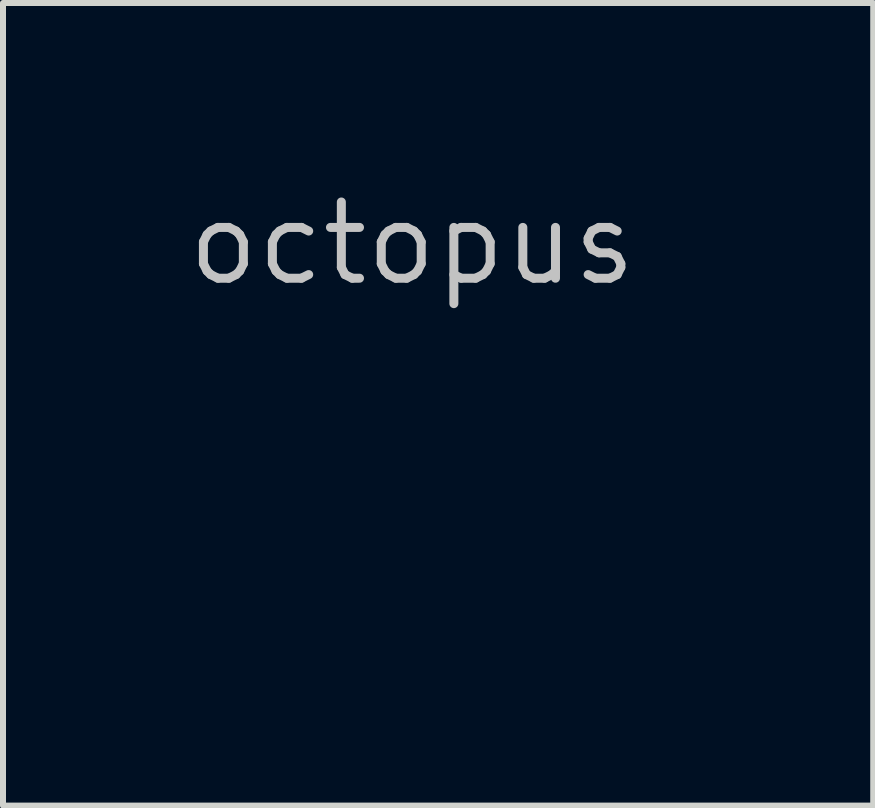
<source format=kicad_pcb>
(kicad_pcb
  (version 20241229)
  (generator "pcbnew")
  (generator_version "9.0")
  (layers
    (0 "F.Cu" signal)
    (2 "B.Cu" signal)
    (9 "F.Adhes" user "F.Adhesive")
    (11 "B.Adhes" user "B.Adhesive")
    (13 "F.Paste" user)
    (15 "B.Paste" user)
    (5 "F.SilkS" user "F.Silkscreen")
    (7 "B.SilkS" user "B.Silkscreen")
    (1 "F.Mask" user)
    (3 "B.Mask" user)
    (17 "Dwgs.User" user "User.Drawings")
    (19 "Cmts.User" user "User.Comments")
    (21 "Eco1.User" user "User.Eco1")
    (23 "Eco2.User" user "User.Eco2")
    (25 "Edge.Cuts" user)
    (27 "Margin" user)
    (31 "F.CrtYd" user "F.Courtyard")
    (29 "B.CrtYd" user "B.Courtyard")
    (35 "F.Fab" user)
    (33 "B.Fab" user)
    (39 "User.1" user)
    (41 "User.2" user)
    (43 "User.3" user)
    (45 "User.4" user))
  (footprint "octopus"
    (layer "F.Cu")
    (at 5.087 4.816)
    (property "Reference" "octopus" (at -1.27 -3.81 0) (layer "Dwgs.User") (effects (font (size 1.27 1.27) (thickness 0.15))))
    (attr through_hole)
    (fp_poly (pts (xy 0.603 -2.786) (xy 0.787 -2.717) (xy 0.946 -2.615) (xy 1.077 -2.484) (xy 1.177 -2.329) (xy 1.244 -2.153) (xy 1.273 -1.959) (xy 1.275 -1.916) (xy 1.262 -1.731) (xy 1.219 -1.566) (xy 1.142 -1.405) (xy 1.131 -1.386) (xy 1.067 -1.256) (xy 1.044 -1.136) (xy 1.062 -1.028) (xy 1.122 -0.929) (xy 1.222 -0.839) (xy 1.224 -0.837) (xy 1.276 -0.804) (xy 1.322 -0.784) (xy 1.377 -0.775) (xy 1.457 -0.773) (xy 1.482 -0.773) (xy 1.574 -0.775) (xy 1.637 -0.783) (xy 1.682 -0.8) (xy 1.706 -0.816) (xy 1.782 -0.883) (xy 1.827 -0.953) (xy 1.848 -1.041) (xy 1.852 -1.12) (xy 1.85 -1.185) (xy 1.844 -1.24) (xy 1.828 -1.295) (xy 1.8 -1.362) (xy 1.757 -1.452) (xy 1.736 -1.493) (xy 1.684 -1.599) (xy 1.65 -1.678) (xy 1.631 -1.74) (xy 1.622 -1.795) (xy 1.621 -1.829) (xy 1.639 -1.955) (xy 1.688 -2.06) (xy 1.763 -2.139) (xy 1.86 -2.188) (xy 1.953 -2.201) (xy 2.044 -2.186) (xy 2.12 -2.144) (xy 2.171 -2.084) (xy 2.185 -2.045) (xy 2.184 -1.982) (xy 2.164 -1.922) (xy 2.131 -1.877) (xy 2.098 -1.863) (xy 2.07 -1.865) (xy 2.068 -1.881) (xy 2.088 -1.92) (xy 2.091 -1.925) (xy 2.113 -1.969) (xy 2.112 -1.998) (xy 2.086 -2.03) (xy 2.027 -2.069) (xy 1.957 -2.07) (xy 1.885 -2.034) (xy 1.861 -2.012) (xy 1.826 -1.971) (xy 1.807 -1.927) (xy 1.805 -1.876) (xy 1.82 -1.809) (xy 1.855 -1.721) (xy 1.91 -1.606) (xy 1.937 -1.552) (xy 2.022 -1.374) (xy 2.079 -1.221) (xy 2.109 -1.088) (xy 2.113 -0.969) (xy 2.091 -0.859) (xy 2.044 -0.75) (xy 2.026 -0.718) (xy 1.963 -0.631) (xy 1.884 -0.562) (xy 1.831 -0.527) (xy 1.751 -0.473) (xy 1.71 -0.429) (xy 1.704 -0.411) (xy 1.723 -0.372) (xy 1.774 -0.336) (xy 1.844 -0.31) (xy 1.924 -0.297) (xy 1.94 -0.296) (xy 2.001 -0.302) (xy 2.055 -0.324) (xy 2.105 -0.365) (xy 2.157 -0.43) (xy 2.214 -0.525) (xy 2.281 -0.654) (xy 2.299 -0.69) (xy 2.381 -0.848) (xy 2.456 -0.971) (xy 2.53 -1.066) (xy 2.606 -1.137) (xy 2.691 -1.192) (xy 2.714 -1.204) (xy 2.857 -1.254) (xy 2.997 -1.267) (xy 3.128 -1.242) (xy 3.245 -1.182) (xy 3.273 -1.159) (xy 3.351 -1.074) (xy 3.394 -0.984) (xy 3.408 -0.874) (xy 3.408 -0.869) (xy 3.403 -0.794) (xy 3.382 -0.74) (xy 3.346 -0.694) (xy 3.296 -0.647) (xy 3.243 -0.628) (xy 3.2 -0.625) (xy 3.127 -0.637) (xy 3.067 -0.669) (xy 3.031 -0.712) (xy 3.027 -0.734) (xy 3.033 -0.751) (xy 3.06 -0.745) (xy 3.089 -0.731) (xy 3.148 -0.705) (xy 3.188 -0.703) (xy 3.225 -0.728) (xy 3.239 -0.741) (xy 3.276 -0.803) (xy 3.278 -0.87) (xy 3.251 -0.936) (xy 3.199 -0.996) (xy 3.129 -1.043) (xy 3.046 -1.071) (xy 2.955 -1.074) (xy 2.937 -1.071) (xy 2.841 -1.037) (xy 2.742 -0.976) (xy 2.655 -0.898) (xy 2.617 -0.851) (xy 2.586 -0.796) (xy 2.547 -0.713) (xy 2.505 -0.612) (xy 2.464 -0.505) (xy 2.464 -0.504) (xy 2.424 -0.399) (xy 2.382 -0.301) (xy 2.343 -0.222) (xy 2.312 -0.171) (xy 2.312 -0.171) (xy 2.213 -0.079) (xy 2.093 -0.019) (xy 1.957 0.006) (xy 1.813 -0.004) (xy 1.688 -0.042) (xy 1.61 -0.07) (xy 1.563 -0.078) (xy 1.543 -0.07) (xy 1.542 -0.052) (xy 1.576 -0.029) (xy 1.643 -0.001) (xy 1.803 0.077) (xy 1.932 0.18) (xy 1.988 0.247) (xy 2.048 0.347) (xy 2.084 0.452) (xy 2.096 0.569) (xy 2.083 0.703) (xy 2.048 0.863) (xy 2.019 0.961) (xy 1.987 1.067) (xy 1.966 1.14) (xy 1.957 1.192) (xy 1.956 1.23) (xy 1.964 1.264) (xy 1.971 1.284) (xy 2.023 1.372) (xy 2.101 1.426) (xy 2.204 1.447) (xy 2.22 1.447) (xy 2.322 1.435) (xy 2.397 1.397) (xy 2.445 1.331) (xy 2.468 1.234) (xy 2.466 1.105) (xy 2.457 1.027) (xy 2.442 0.857) (xy 2.455 0.716) (xy 2.496 0.596) (xy 2.568 0.493) (xy 2.624 0.44) (xy 2.74 0.363) (xy 2.862 0.324) (xy 2.984 0.325) (xy 3.091 0.36) (xy 3.169 0.422) (xy 3.228 0.508) (xy 3.258 0.606) (xy 3.26 0.635) (xy 3.248 0.717) (xy 3.217 0.795) (xy 3.175 0.853) (xy 3.154 0.868) (xy 3.111 0.884) (xy 3.097 0.871) (xy 3.115 0.831) (xy 3.13 0.808) (xy 3.169 0.727) (xy 3.166 0.651) (xy 3.121 0.574) (xy 3.12 0.573) (xy 3.08 0.532) (xy 3.036 0.513) (xy 2.972 0.508) (xy 2.962 0.508) (xy 2.888 0.514) (xy 2.832 0.537) (xy 2.784 0.573) (xy 2.723 0.642) (xy 2.687 0.723) (xy 2.675 0.823) (xy 2.685 0.951) (xy 2.689 0.979) (xy 2.706 1.171) (xy 2.692 1.335) (xy 2.649 1.471) (xy 2.577 1.579) (xy 2.477 1.656) (xy 2.349 1.701) (xy 2.212 1.714) (xy 2.049 1.698) (xy 1.911 1.648) (xy 1.799 1.567) (xy 1.722 1.468) (xy 1.673 1.368) (xy 1.647 1.27) (xy 1.645 1.164) (xy 1.664 1.036) (xy 1.675 0.989) (xy 1.701 0.852) (xy 1.708 0.745) (xy 1.695 0.662) (xy 1.661 0.596) (xy 1.639 0.57) (xy 1.553 0.502) (xy 1.465 0.477) (xy 1.375 0.494) (xy 1.36 0.501) (xy 1.295 0.542) (xy 1.252 0.595) (xy 1.227 0.668) (xy 1.218 0.769) (xy 1.221 0.888) (xy 1.225 0.984) (xy 1.222 1.064) (xy 1.208 1.137) (xy 1.181 1.212) (xy 1.138 1.297) (xy 1.075 1.401) (xy 1.012 1.5) (xy 0.939 1.622) (xy 0.875 1.746) (xy 0.826 1.861) (xy 0.794 1.96) (xy 0.784 2.027) (xy 0.791 2.08) (xy 0.811 2.143) (xy 0.814 2.149) (xy 0.867 2.226) (xy 0.944 2.279) (xy 1.037 2.305) (xy 1.135 2.306) (xy 1.23 2.28) (xy 1.311 2.229) (xy 1.367 2.156) (xy 1.394 2.069) (xy 1.388 1.974) (xy 1.347 1.867) (xy 1.278 1.753) (xy 1.225 1.673) (xy 1.194 1.614) (xy 1.179 1.563) (xy 1.175 1.507) (xy 1.175 1.502) (xy 1.18 1.429) (xy 1.202 1.377) (xy 1.237 1.335) (xy 1.314 1.282) (xy 1.404 1.268) (xy 1.469 1.283) (xy 1.501 1.303) (xy 1.494 1.322) (xy 1.453 1.332) (xy 1.43 1.333) (xy 1.358 1.352) (xy 1.309 1.402) (xy 1.291 1.474) (xy 1.304 1.51) (xy 1.337 1.569) (xy 1.386 1.64) (xy 1.409 1.67) (xy 1.491 1.782) (xy 1.546 1.877) (xy 1.578 1.963) (xy 1.591 2.05) (xy 1.592 2.088) (xy 1.572 2.222) (xy 1.516 2.336) (xy 1.428 2.429) (xy 1.312 2.497) (xy 1.17 2.537) (xy 1.037 2.547) (xy 0.875 2.53) (xy 0.741 2.481) (xy 0.633 2.4) (xy 0.551 2.285) (xy 0.53 2.24) (xy 0.496 2.135) (xy 0.485 2.025) (xy 0.498 1.905) (xy 0.537 1.766) (xy 0.6 1.601) (xy 0.611 1.577) (xy 0.673 1.428) (xy 0.714 1.309) (xy 0.734 1.215) (xy 0.735 1.139) (xy 0.718 1.076) (xy 0.712 1.064) (xy 0.65 0.987) (xy 0.564 0.935) (xy 0.464 0.909) (xy 0.358 0.908) (xy 0.256 0.933) (xy 0.168 0.983) (xy 0.103 1.057) (xy 0.094 1.075) (xy 0.075 1.126) (xy 0.07 1.182) (xy 0.078 1.25) (xy 0.101 1.335) (xy 0.141 1.445) (xy 0.199 1.585) (xy 0.205 1.598) (xy 0.254 1.714) (xy 0.287 1.801) (xy 0.308 1.869) (xy 0.319 1.928) (xy 0.324 1.986) (xy 0.324 2.011) (xy 0.306 2.164) (xy 0.252 2.297) (xy 0.167 2.405) (xy 0.052 2.486) (xy -0.089 2.536) (xy -0.181 2.549) (xy -0.265 2.552) (xy -0.343 2.548) (xy -0.381 2.543) (xy -0.525 2.493) (xy -0.639 2.416) (xy -0.722 2.315) (xy -0.771 2.192) (xy -0.783 2.08) (xy -0.779 2.002) (xy -0.764 1.933) (xy -0.733 1.863) (xy -0.683 1.781) (xy -0.608 1.68) (xy -0.597 1.666) (xy -0.547 1.594) (xy -0.508 1.53) (xy -0.488 1.484) (xy -0.487 1.475) (xy -0.505 1.401) (xy -0.554 1.352) (xy -0.626 1.333) (xy -0.678 1.327) (xy -0.698 1.311) (xy -0.682 1.291) (xy -0.665 1.283) (xy -0.574 1.268) (xy -0.489 1.289) (xy -0.42 1.341) (xy -0.374 1.416) (xy -0.36 1.497) (xy -0.364 1.539) (xy -0.38 1.588) (xy -0.411 1.652) (xy -0.46 1.738) (xy -0.515 1.83) (xy -0.567 1.927) (xy -0.589 2.007) (xy -0.584 2.085) (xy -0.562 2.149) (xy -0.509 2.226) (xy -0.431 2.279) (xy -0.339 2.305) (xy -0.241 2.306) (xy -0.146 2.28) (xy -0.065 2.228) (xy -0.009 2.156) (xy 0.016 2.079) (xy 0.016 1.989) (xy -0.009 1.882) (xy -0.061 1.755) (xy -0.141 1.604) (xy -0.241 1.44) (xy -0.298 1.347) (xy -0.348 1.259) (xy -0.385 1.186) (xy -0.403 1.139) (xy -0.412 1.084) (xy -0.417 1) (xy -0.419 0.901) (xy -0.419 0.838) (xy -0.413 0.615) (xy -0.479 0.548) (xy -0.559 0.494) (xy -0.647 0.478) (xy -0.736 0.498) (xy -0.817 0.554) (xy -0.87 0.62) (xy -0.891 0.662) (xy -0.902 0.71) (xy -0.903 0.77) (xy -0.894 0.852) (xy -0.873 0.962) (xy -0.858 1.037) (xy -0.837 1.162) (xy -0.836 1.262) (xy -0.858 1.352) (xy -0.905 1.445) (xy -0.937 1.495) (xy -1.02 1.591) (xy -1.124 1.657) (xy -1.253 1.696) (xy -1.372 1.709) (xy -1.461 1.712) (xy -1.524 1.707) (xy -1.579 1.692) (xy -1.643 1.662) (xy -1.651 1.658) (xy -1.76 1.585) (xy -1.837 1.492) (xy -1.883 1.377) (xy -1.899 1.236) (xy -1.893 1.111) (xy -1.879 0.942) (xy -1.879 0.809) (xy -1.892 0.706) (xy -1.92 0.629) (xy -1.965 0.573) (xy -2.028 0.532) (xy -2.053 0.521) (xy -2.154 0.498) (xy -2.242 0.516) (xy -2.316 0.573) (xy -2.318 0.576) (xy -2.36 0.644) (xy -2.366 0.711) (xy -2.335 0.788) (xy -2.327 0.801) (xy -2.298 0.857) (xy -2.298 0.882) (xy -2.326 0.876) (xy -2.357 0.858) (xy -2.417 0.794) (xy -2.448 0.708) (xy -2.447 0.607) (xy -2.414 0.5) (xy -2.411 0.493) (xy -2.348 0.406) (xy -2.264 0.349) (xy -2.166 0.323) (xy -2.059 0.325) (xy -1.951 0.356) (xy -1.849 0.413) (xy -1.759 0.496) (xy -1.692 0.596) (xy -1.656 0.685) (xy -1.638 0.782) (xy -1.637 0.898) (xy -1.652 1.044) (xy -1.652 1.045) (xy -1.664 1.14) (xy -1.669 1.204) (xy -1.666 1.249) (xy -1.655 1.287) (xy -1.637 1.326) (xy -1.579 1.396) (xy -1.5 1.438) (xy -1.41 1.451) (xy -1.319 1.436) (xy -1.238 1.39) (xy -1.198 1.348) (xy -1.169 1.292) (xy -1.158 1.223) (xy -1.165 1.134) (xy -1.191 1.019) (xy -1.227 0.9) (xy -1.273 0.721) (xy -1.288 0.566) (xy -1.271 0.431) (xy -1.232 0.326) (xy -1.163 0.226) (xy -1.064 0.13) (xy -0.949 0.05) (xy -0.848 0.002) (xy -0.782 -0.025) (xy -0.736 -0.049) (xy -0.72 -0.065) (xy -0.736 -0.083) (xy -0.787 -0.076) (xy -0.872 -0.045) (xy -0.872 -0.045) (xy -1.027 0.003) (xy -1.171 0.01) (xy -1.305 -0.023) (xy -1.426 -0.096) (xy -1.47 -0.135) (xy -1.516 -0.187) (xy -1.553 -0.243) (xy -1.586 -0.314) (xy -1.622 -0.413) (xy -1.63 -0.436) (xy -1.699 -0.627) (xy -1.772 -0.779) (xy -1.849 -0.896) (xy -1.933 -0.981) (xy -2.027 -1.038) (xy -2.085 -1.058) (xy -2.206 -1.074) (xy -2.312 -1.051) (xy -2.404 -0.987) (xy -2.406 -0.985) (xy -2.46 -0.914) (xy -2.475 -0.846) (xy -2.455 -0.782) (xy -2.407 -0.727) (xy -2.346 -0.712) (xy -2.286 -0.73) (xy -2.243 -0.75) (xy -2.225 -0.747) (xy -2.223 -0.734) (xy -2.242 -0.688) (xy -2.291 -0.65) (xy -2.359 -0.628) (xy -2.394 -0.625) (xy -2.482 -0.644) (xy -2.548 -0.697) (xy -2.588 -0.781) (xy -2.598 -0.831) (xy -2.594 -0.955) (xy -2.552 -1.063) (xy -2.477 -1.151) (xy -2.363 -1.228) (xy -2.234 -1.265) (xy -2.093 -1.262) (xy -1.955 -1.225) (xy -1.861 -1.181) (xy -1.779 -1.123) (xy -1.702 -1.044) (xy -1.628 -0.939) (xy -1.549 -0.803) (xy -1.493 -0.692) (xy -1.423 -0.554) (xy -1.365 -0.452) (xy -1.313 -0.38) (xy -1.264 -0.333) (xy -1.213 -0.307) (xy -1.157 -0.297) (xy -1.136 -0.296) (xy -1.058 -0.306) (xy -0.983 -0.33) (xy -0.925 -0.364) (xy -0.894 -0.402) (xy -0.893 -0.407) (xy -0.906 -0.445) (xy -0.956 -0.485) (xy -0.956 -0.485) (xy -1.06 -0.55) (xy -1.135 -0.608) (xy -1.189 -0.667) (xy -1.232 -0.737) (xy -1.242 -0.757) (xy -1.275 -0.832) (xy -1.292 -0.899) (xy -1.299 -0.976) (xy -1.299 -1.037) (xy -1.293 -1.136) (xy -1.278 -1.225) (xy -1.25 -1.314) (xy -1.204 -1.414) (xy -1.139 -1.536) (xy -1.122 -1.567) (xy -1.064 -1.676) (xy -1.023 -1.773) (xy -1.003 -1.847) (xy -1.003 -1.848) (xy -0.997 -1.912) (xy -1.008 -1.954) (xy -1.04 -1.996) (xy -1.054 -2.01) (xy -1.124 -2.06) (xy -1.193 -2.075) (xy -1.252 -2.054) (xy -1.282 -2.022) (xy -1.304 -1.981) (xy -1.3 -1.95) (xy -1.282 -1.922) (xy -1.253 -1.873) (xy -1.256 -1.852) (xy -1.286 -1.856) (xy -1.344 -1.896) (xy -1.372 -1.967) (xy -1.376 -2.013) (xy -1.357 -2.094) (xy -1.304 -2.156) (xy -1.223 -2.192) (xy -1.147 -2.201) (xy -1.032 -2.182) (xy -0.938 -2.129) (xy -0.868 -2.045) (xy -0.826 -1.936) (xy -0.816 -1.831) (xy -0.819 -1.77) (xy -0.828 -1.716) (xy -0.848 -1.658) (xy -0.881 -1.584) (xy -0.932 -1.485) (xy -0.982 -1.388) (xy -1.016 -1.317) (xy -1.035 -1.261) (xy -1.045 -1.208) (xy -1.048 -1.148) (xy -1.048 -1.122) (xy -1.04 -1.014) (xy -1.014 -0.934) (xy -0.962 -0.866) (xy -0.902 -0.816) (xy -0.862 -0.793) (xy -0.812 -0.779) (xy -0.739 -0.773) (xy -0.678 -0.773) (xy -0.59 -0.774) (xy -0.53 -0.781) (xy -0.483 -0.798) (xy -0.434 -0.827) (xy -0.42 -0.837) (xy -0.355 -0.893) (xy -0.298 -0.959) (xy -0.281 -0.985) (xy -0.243 -1.075) (xy -0.235 -1.163) (xy -0.259 -1.259) (xy -0.315 -1.371) (xy -0.316 -1.372) (xy -0.387 -1.503) (xy -0.432 -1.618) (xy -0.457 -1.733) (xy -0.464 -1.863) (xy -0.462 -1.942) (xy -0.456 -2.049) (xy -0.445 -2.128) (xy -0.426 -2.197) (xy -0.397 -2.27) (xy -0.387 -2.29) (xy -0.29 -2.452) (xy -0.167 -2.588) (xy -0.023 -2.694) (xy 0.137 -2.768) (xy 0.308 -2.807) (xy 0.483 -2.809) (xy 0.603 -2.786)) (stroke (width 0.01) (type solid)) (fill yes) (layer "F.Mask")))
  (gr_rect
    (start -3 -3)
    (end 11.5 10.373)
    (stroke (width 0.1) (type default))
    (fill no)
    (layer "Edge.Cuts")))
</source>
